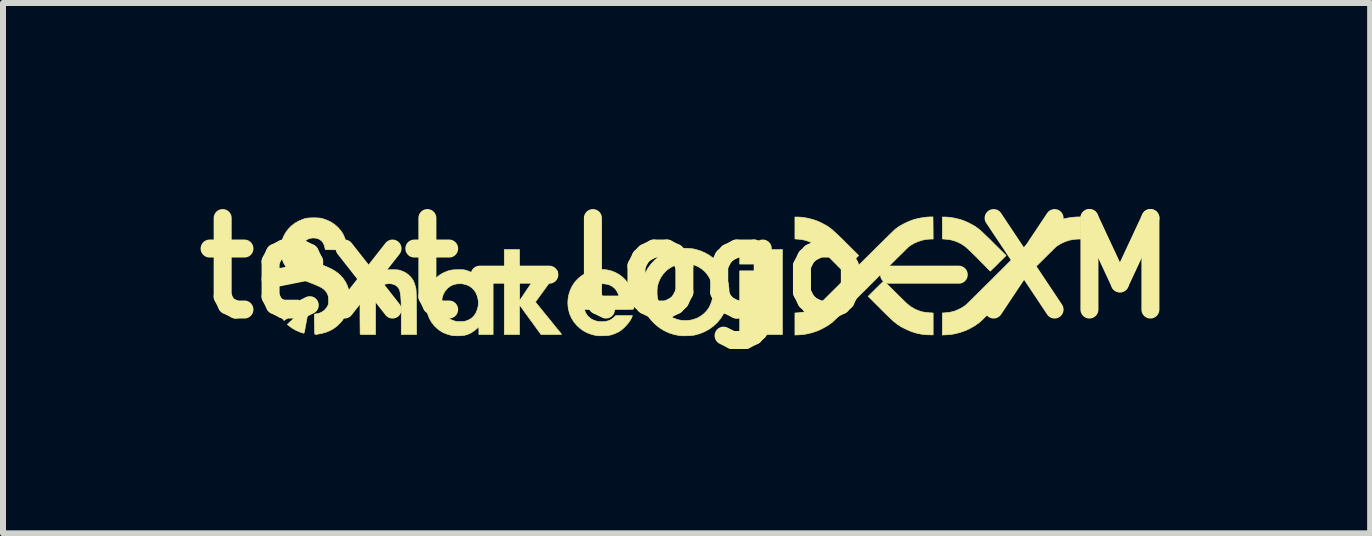
<source format=kicad_pcb>
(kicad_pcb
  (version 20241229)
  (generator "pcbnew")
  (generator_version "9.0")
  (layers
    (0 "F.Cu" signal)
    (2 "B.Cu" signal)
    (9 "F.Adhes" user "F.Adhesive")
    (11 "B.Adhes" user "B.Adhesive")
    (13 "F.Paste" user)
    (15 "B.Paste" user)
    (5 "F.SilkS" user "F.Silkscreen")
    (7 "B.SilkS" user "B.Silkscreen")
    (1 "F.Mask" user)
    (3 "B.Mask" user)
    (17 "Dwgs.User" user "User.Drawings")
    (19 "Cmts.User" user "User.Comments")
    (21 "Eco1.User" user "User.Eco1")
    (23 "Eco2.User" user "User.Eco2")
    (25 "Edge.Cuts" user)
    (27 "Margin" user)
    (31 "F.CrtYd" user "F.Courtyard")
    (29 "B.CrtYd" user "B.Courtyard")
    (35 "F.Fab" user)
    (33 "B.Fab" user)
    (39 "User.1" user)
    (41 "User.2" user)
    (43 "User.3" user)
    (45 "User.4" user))
  (footprint "text-logo-XM"
    (layer "F.Cu")
    (at 8.389 1.418)
    (property "Reference" "text-logo-XM" (at 0 0 0) (layer "F.SilkS") (effects (font (size 1.524 1.524) (thickness 0.3))))
    (attr through_hole)
    (fp_poly (pts (xy 1.14 1.106) (xy 0.886 1.106) (xy 0.886 0.045) (xy 1.14 0.045) (xy 1.14 1.106)) (stroke (width 0.01) (type solid)) (fill yes) (layer "F.SilkS"))
    (fp_poly (pts (xy 1.14 -0.068) (xy 0.886 -0.068) (xy 0.887 -0.188) (xy 0.889 -0.308) (xy 1.015 -0.309) (xy 1.14 -0.311) (xy 1.14 -0.068)) (stroke (width 0.01) (type solid)) (fill yes) (layer "F.SilkS"))
    (fp_poly (pts (xy 1.597 1.106) (xy 1.343 1.106) (xy 1.345 0.399) (xy 1.346 -0.308) (xy 1.472 -0.309) (xy 1.597 -0.311) (xy 1.597 1.106)) (stroke (width 0.01) (type solid)) (fill yes) (layer "F.SilkS"))
    (fp_poly (pts (xy -6.461 0.552) (xy -6.46 0.566) (xy -6.46 0.574) (xy -6.46 0.574) (xy -6.466 0.576) (xy -6.479 0.579) (xy -6.489 0.581) (xy -6.51 0.585) (xy -6.535 0.591) (xy -6.553 0.595) (xy -6.606 0.606) (xy -6.648 0.615) (xy -6.682 0.623) (xy -6.71 0.629) (xy -6.731 0.634) (xy -6.749 0.638) (xy -6.76 0.641) (xy -6.784 0.646) (xy -6.8 0.648) (xy -6.809 0.648) (xy -6.813 0.643) (xy -6.815 0.639) (xy -6.819 0.623) (xy -6.823 0.601) (xy -6.827 0.578) (xy -6.829 0.557) (xy -6.83 0.546) (xy -6.83 0.531) (xy -6.464 0.531) (xy -6.461 0.552)) (stroke (width 0.01) (type solid)) (fill yes) (layer "F.SilkS"))
    (fp_poly (pts (xy -6.453 0.619) (xy -6.446 0.624) (xy -6.44 0.632) (xy -6.434 0.645) (xy -6.434 0.645) (xy -6.419 0.676) (xy -6.558 0.772) (xy -6.593 0.796) (xy -6.626 0.818) (xy -6.654 0.837) (xy -6.677 0.853) (xy -6.694 0.864) (xy -6.702 0.87) (xy -6.704 0.871) (xy -6.71 0.868) (xy -6.72 0.857) (xy -6.733 0.839) (xy -6.735 0.837) (xy -6.764 0.788) (xy -6.786 0.742) (xy -6.789 0.733) (xy -6.792 0.726) (xy -6.791 0.721) (xy -6.785 0.717) (xy -6.773 0.712) (xy -6.752 0.706) (xy -6.743 0.703) (xy -6.719 0.696) (xy -6.697 0.689) (xy -6.682 0.684) (xy -6.677 0.683) (xy -6.665 0.679) (xy -6.646 0.673) (xy -6.624 0.667) (xy -6.621 0.666) (xy -6.594 0.658) (xy -6.563 0.648) (xy -6.534 0.639) (xy -6.53 0.638) (xy -6.499 0.628) (xy -6.477 0.621) (xy -6.462 0.618) (xy -6.453 0.619)) (stroke (width 0.01) (type solid)) (fill yes) (layer "F.SilkS"))
    (fp_poly (pts (xy -6.372 0.722) (xy -6.354 0.734) (xy -6.336 0.743) (xy -6.33 0.745) (xy -6.317 0.75) (xy -6.312 0.757) (xy -6.313 0.77) (xy -6.313 0.772) (xy -6.317 0.792) (xy -6.322 0.82) (xy -6.327 0.852) (xy -6.334 0.886) (xy -6.34 0.919) (xy -6.342 0.929) (xy -6.346 0.952) (xy -6.352 0.982) (xy -6.357 1.013) (xy -6.359 1.026) (xy -6.365 1.053) (xy -6.369 1.071) (xy -6.374 1.081) (xy -6.378 1.083) (xy -6.387 1.082) (xy -6.404 1.077) (xy -6.425 1.07) (xy -6.432 1.068) (xy -6.506 1.037) (xy -6.574 0.998) (xy -6.632 0.954) (xy -6.652 0.938) (xy -6.638 0.924) (xy -6.623 0.91) (xy -6.603 0.891) (xy -6.578 0.869) (xy -6.551 0.844) (xy -6.523 0.818) (xy -6.496 0.793) (xy -6.47 0.769) (xy -6.447 0.749) (xy -6.428 0.732) (xy -6.416 0.721) (xy -6.411 0.717) (xy -6.396 0.705) (xy -6.372 0.722)) (stroke (width 0.01) (type solid)) (fill yes) (layer "F.SilkS"))
    (fp_poly (pts (xy 1.85 -0.852) (xy 1.877 -0.851) (xy 1.906 -0.849) (xy 1.928 -0.847) (xy 1.951 -0.843) (xy 1.973 -0.84) (xy 1.984 -0.838) (xy 1.999 -0.836) (xy 2.022 -0.831) (xy 2.05 -0.824) (xy 2.08 -0.817) (xy 2.108 -0.809) (xy 2.131 -0.802) (xy 2.155 -0.794) (xy 2.187 -0.781) (xy 2.222 -0.766) (xy 2.238 -0.758) (xy 2.253 -0.751) (xy 2.273 -0.74) (xy 2.295 -0.728) (xy 2.318 -0.716) (xy 2.337 -0.705) (xy 2.351 -0.697) (xy 2.357 -0.693) (xy 2.363 -0.688) (xy 2.377 -0.678) (xy 2.395 -0.665) (xy 2.41 -0.654) (xy 2.426 -0.641) (xy 2.449 -0.62) (xy 2.479 -0.593) (xy 2.515 -0.559) (xy 2.556 -0.52) (xy 2.602 -0.476) (xy 2.651 -0.427) (xy 2.664 -0.414) (xy 2.869 -0.21) (xy 2.738 -0.08) (xy 2.706 -0.048) (xy 2.677 -0.02) (xy 2.652 0.005) (xy 2.631 0.025) (xy 2.616 0.04) (xy 2.607 0.049) (xy 2.606 0.05) (xy 2.602 0.046) (xy 2.591 0.035) (xy 2.573 0.017) (xy 2.55 -0.006) (xy 2.522 -0.034) (xy 2.49 -0.067) (xy 2.455 -0.102) (xy 2.421 -0.136) (xy 2.371 -0.188) (xy 2.327 -0.231) (xy 2.289 -0.269) (xy 2.256 -0.3) (xy 2.227 -0.326) (xy 2.202 -0.348) (xy 2.18 -0.366) (xy 2.159 -0.381) (xy 2.138 -0.395) (xy 2.118 -0.406) (xy 2.105 -0.414) (xy 2.045 -0.442) (xy 1.986 -0.462) (xy 1.926 -0.476) (xy 1.859 -0.483) (xy 1.856 -0.483) (xy 1.806 -0.487) (xy 1.806 -0.852) (xy 1.85 -0.852)) (stroke (width 0.01) (type solid)) (fill yes) (layer "F.SilkS"))
    (fp_poly (pts (xy 4.305 -0.852) (xy 4.333 -0.851) (xy 4.361 -0.849) (xy 4.383 -0.847) (xy 4.406 -0.843) (xy 4.428 -0.84) (xy 4.439 -0.838) (xy 4.455 -0.836) (xy 4.478 -0.831) (xy 4.506 -0.824) (xy 4.535 -0.817) (xy 4.563 -0.809) (xy 4.586 -0.802) (xy 4.611 -0.794) (xy 4.642 -0.781) (xy 4.677 -0.766) (xy 4.693 -0.758) (xy 4.708 -0.751) (xy 4.728 -0.74) (xy 4.751 -0.728) (xy 4.773 -0.716) (xy 4.792 -0.705) (xy 4.807 -0.697) (xy 4.812 -0.693) (xy 4.819 -0.688) (xy 4.832 -0.678) (xy 4.851 -0.665) (xy 4.866 -0.654) (xy 4.882 -0.641) (xy 4.905 -0.62) (xy 4.935 -0.593) (xy 4.97 -0.559) (xy 5.011 -0.52) (xy 5.057 -0.476) (xy 5.106 -0.427) (xy 5.119 -0.414) (xy 5.325 -0.21) (xy 5.193 -0.08) (xy 5.162 -0.048) (xy 5.133 -0.02) (xy 5.107 0.005) (xy 5.087 0.025) (xy 5.072 0.04) (xy 5.063 0.049) (xy 5.061 0.05) (xy 5.057 0.046) (xy 5.046 0.035) (xy 5.028 0.017) (xy 5.005 -0.006) (xy 4.977 -0.034) (xy 4.946 -0.067) (xy 4.91 -0.102) (xy 4.877 -0.136) (xy 4.826 -0.188) (xy 4.782 -0.231) (xy 4.744 -0.269) (xy 4.711 -0.3) (xy 4.683 -0.326) (xy 4.657 -0.348) (xy 4.635 -0.366) (xy 4.614 -0.381) (xy 4.594 -0.395) (xy 4.574 -0.406) (xy 4.56 -0.414) (xy 4.5 -0.442) (xy 4.442 -0.462) (xy 4.381 -0.476) (xy 4.314 -0.483) (xy 4.311 -0.483) (xy 4.262 -0.487) (xy 4.262 -0.852) (xy 4.305 -0.852)) (stroke (width 0.01) (type solid)) (fill yes) (layer "F.SilkS"))
    (fp_poly (pts (xy 3.292 0.218) (xy 3.304 0.229) (xy 3.322 0.247) (xy 3.346 0.27) (xy 3.375 0.299) (xy 3.408 0.331) (xy 3.444 0.367) (xy 3.482 0.405) (xy 3.488 0.411) (xy 3.538 0.461) (xy 3.582 0.504) (xy 3.618 0.539) (xy 3.649 0.569) (xy 3.675 0.593) (xy 3.697 0.612) (xy 3.715 0.626) (xy 3.73 0.637) (xy 3.732 0.639) (xy 3.798 0.679) (xy 3.864 0.708) (xy 3.932 0.729) (xy 4.005 0.74) (xy 4.04 0.743) (xy 4.109 0.747) (xy 4.109 1.112) (xy 4.054 1.111) (xy 4.024 1.11) (xy 3.993 1.109) (xy 3.967 1.107) (xy 3.96 1.106) (xy 3.933 1.103) (xy 3.903 1.098) (xy 3.872 1.092) (xy 3.844 1.086) (xy 3.822 1.08) (xy 3.816 1.079) (xy 3.803 1.074) (xy 3.784 1.068) (xy 3.762 1.061) (xy 3.759 1.061) (xy 3.741 1.054) (xy 3.717 1.044) (xy 3.689 1.032) (xy 3.659 1.018) (xy 3.629 1.004) (xy 3.602 0.99) (xy 3.579 0.978) (xy 3.562 0.968) (xy 3.555 0.963) (xy 3.546 0.956) (xy 3.531 0.947) (xy 3.525 0.943) (xy 3.511 0.934) (xy 3.501 0.927) (xy 3.5 0.926) (xy 3.494 0.921) (xy 3.482 0.911) (xy 3.465 0.898) (xy 3.46 0.895) (xy 3.449 0.885) (xy 3.43 0.868) (xy 3.406 0.845) (xy 3.376 0.817) (xy 3.343 0.785) (xy 3.306 0.749) (xy 3.267 0.71) (xy 3.227 0.67) (xy 3.225 0.668) (xy 3.026 0.47) (xy 3.154 0.342) (xy 3.186 0.311) (xy 3.214 0.283) (xy 3.24 0.258) (xy 3.261 0.238) (xy 3.276 0.224) (xy 3.285 0.216) (xy 3.287 0.214) (xy 3.292 0.218)) (stroke (width 0.01) (type solid)) (fill yes) (layer "F.SilkS"))
    (fp_poly (pts (xy -2.78 0.538) (xy -2.725 0.457) (xy -2.708 0.43) (xy -2.685 0.397) (xy -2.659 0.358) (xy -2.631 0.317) (xy -2.602 0.274) (xy -2.574 0.233) (xy -2.571 0.229) (xy -2.546 0.192) (xy -2.522 0.157) (xy -2.501 0.126) (xy -2.483 0.099) (xy -2.47 0.079) (xy -2.462 0.066) (xy -2.46 0.064) (xy -2.449 0.045) (xy -2.296 0.045) (xy -2.247 0.045) (xy -2.207 0.046) (xy -2.177 0.047) (xy -2.156 0.048) (xy -2.147 0.05) (xy -2.146 0.051) (xy -2.15 0.057) (xy -2.159 0.07) (xy -2.173 0.09) (xy -2.192 0.116) (xy -2.213 0.145) (xy -2.229 0.168) (xy -2.281 0.239) (xy -2.329 0.304) (xy -2.371 0.362) (xy -2.408 0.412) (xy -2.439 0.455) (xy -2.465 0.491) (xy -2.485 0.518) (xy -2.498 0.537) (xy -2.505 0.546) (xy -2.518 0.564) (xy -2.437 0.664) (xy -2.407 0.701) (xy -2.374 0.742) (xy -2.339 0.785) (xy -2.306 0.825) (xy -2.28 0.857) (xy -2.237 0.91) (xy -2.201 0.955) (xy -2.171 0.992) (xy -2.146 1.023) (xy -2.126 1.047) (xy -2.111 1.066) (xy -2.099 1.08) (xy -2.092 1.09) (xy -2.086 1.097) (xy -2.084 1.101) (xy -2.083 1.103) (xy -2.083 1.103) (xy -2.088 1.104) (xy -2.104 1.105) (xy -2.127 1.105) (xy -2.158 1.106) (xy -2.195 1.106) (xy -2.237 1.106) (xy -2.254 1.106) (xy -2.424 1.106) (xy -2.493 1.012) (xy -2.517 0.978) (xy -2.546 0.938) (xy -2.576 0.896) (xy -2.609 0.852) (xy -2.641 0.808) (xy -2.672 0.765) (xy -2.701 0.726) (xy -2.726 0.691) (xy -2.746 0.663) (xy -2.756 0.65) (xy -2.783 0.614) (xy -2.783 1.106) (xy -3.037 1.106) (xy -3.037 -0.31) (xy -2.783 -0.31) (xy -2.78 0.538)) (stroke (width 0.01) (type solid)) (fill yes) (layer "F.SilkS"))
    (fp_poly (pts (xy -4.866 0.026) (xy -4.839 0.027) (xy -4.819 0.028) (xy -4.802 0.03) (xy -4.787 0.033) (xy -4.771 0.038) (xy -4.761 0.041) (xy -4.723 0.055) (xy -4.693 0.07) (xy -4.666 0.086) (xy -4.64 0.106) (xy -4.638 0.107) (xy -4.603 0.14) (xy -4.574 0.175) (xy -4.551 0.213) (xy -4.532 0.259) (xy -4.516 0.313) (xy -4.514 0.319) (xy -4.512 0.328) (xy -4.51 0.338) (xy -4.508 0.349) (xy -4.507 0.362) (xy -4.506 0.378) (xy -4.505 0.398) (xy -4.504 0.423) (xy -4.503 0.454) (xy -4.502 0.491) (xy -4.502 0.535) (xy -4.501 0.589) (xy -4.501 0.651) (xy -4.5 0.724) (xy -4.5 0.735) (xy -4.498 1.106) (xy -4.753 1.106) (xy -4.753 0.845) (xy -4.753 0.759) (xy -4.753 0.683) (xy -4.755 0.617) (xy -4.756 0.56) (xy -4.759 0.51) (xy -4.762 0.468) (xy -4.766 0.433) (xy -4.772 0.403) (xy -4.778 0.378) (xy -4.785 0.357) (xy -4.794 0.339) (xy -4.805 0.324) (xy -4.817 0.31) (xy -4.821 0.306) (xy -4.853 0.282) (xy -4.891 0.267) (xy -4.932 0.259) (xy -4.976 0.259) (xy -5.019 0.266) (xy -5.061 0.282) (xy -5.097 0.305) (xy -5.107 0.313) (xy -5.134 0.344) (xy -5.155 0.385) (xy -5.17 0.433) (xy -5.173 0.448) (xy -5.175 0.462) (xy -5.177 0.477) (xy -5.178 0.497) (xy -5.179 0.521) (xy -5.18 0.55) (xy -5.181 0.585) (xy -5.181 0.629) (xy -5.181 0.68) (xy -5.182 0.741) (xy -5.182 0.802) (xy -5.182 1.106) (xy -5.308 1.106) (xy -5.344 1.106) (xy -5.377 1.106) (xy -5.404 1.105) (xy -5.424 1.104) (xy -5.436 1.103) (xy -5.437 1.103) (xy -5.438 1.096) (xy -5.439 1.08) (xy -5.439 1.054) (xy -5.439 1.018) (xy -5.44 0.975) (xy -5.44 0.924) (xy -5.441 0.867) (xy -5.441 0.804) (xy -5.441 0.736) (xy -5.441 0.664) (xy -5.441 0.589) (xy -5.441 0.572) (xy -5.441 0.045) (xy -5.321 0.046) (xy -5.201 0.048) (xy -5.2 0.094) (xy -5.198 0.141) (xy -5.161 0.111) (xy -5.113 0.077) (xy -5.065 0.051) (xy -5.032 0.038) (xy -5.018 0.033) (xy -5.003 0.03) (xy -4.985 0.028) (xy -4.963 0.027) (xy -4.933 0.026) (xy -4.902 0.026) (xy -4.866 0.026)) (stroke (width 0.01) (type solid)) (fill yes) (layer "F.SilkS"))
    (fp_poly (pts (xy -3.767 0.026) (xy -3.739 0.026) (xy -3.717 0.027) (xy -3.699 0.03) (xy -3.683 0.033) (xy -3.667 0.037) (xy -3.663 0.039) (xy -3.609 0.059) (xy -3.562 0.087) (xy -3.517 0.123) (xy -3.504 0.136) (xy -3.46 0.179) (xy -3.46 0.045) (xy -3.223 0.045) (xy -3.223 1.106) (xy -3.46 1.106) (xy -3.46 1.037) (xy -3.461 1.007) (xy -3.461 0.988) (xy -3.463 0.978) (xy -3.465 0.977) (xy -3.466 0.978) (xy -3.476 0.99) (xy -3.493 1.006) (xy -3.514 1.024) (xy -3.538 1.043) (xy -3.563 1.06) (xy -3.585 1.075) (xy -3.596 1.081) (xy -3.632 1.098) (xy -3.666 1.11) (xy -3.702 1.119) (xy -3.742 1.124) (xy -3.787 1.126) (xy -3.819 1.127) (xy -3.849 1.126) (xy -3.875 1.125) (xy -3.894 1.124) (xy -3.895 1.124) (xy -3.931 1.116) (xy -3.972 1.105) (xy -4.014 1.09) (xy -4.053 1.074) (xy -4.081 1.059) (xy -4.144 1.015) (xy -4.199 0.964) (xy -4.245 0.906) (xy -4.283 0.842) (xy -4.311 0.771) (xy -4.33 0.696) (xy -4.34 0.615) (xy -4.34 0.585) (xy -4.081 0.585) (xy -4.076 0.647) (xy -4.062 0.703) (xy -4.039 0.753) (xy -4.007 0.797) (xy -3.966 0.833) (xy -3.917 0.861) (xy -3.864 0.881) (xy -3.832 0.887) (xy -3.793 0.891) (xy -3.752 0.891) (xy -3.713 0.888) (xy -3.686 0.883) (xy -3.635 0.865) (xy -3.589 0.839) (xy -3.549 0.803) (xy -3.518 0.761) (xy -3.508 0.743) (xy -3.484 0.684) (xy -3.471 0.626) (xy -3.468 0.568) (xy -3.473 0.522) (xy -3.488 0.462) (xy -3.511 0.408) (xy -3.543 0.362) (xy -3.581 0.324) (xy -3.627 0.294) (xy -3.678 0.273) (xy -3.734 0.261) (xy -3.776 0.259) (xy -3.835 0.263) (xy -3.887 0.276) (xy -3.933 0.298) (xy -3.976 0.33) (xy -3.988 0.341) (xy -4.025 0.386) (xy -4.053 0.436) (xy -4.071 0.492) (xy -4.08 0.555) (xy -4.081 0.585) (xy -4.34 0.585) (xy -4.341 0.579) (xy -4.336 0.498) (xy -4.321 0.421) (xy -4.297 0.348) (xy -4.265 0.281) (xy -4.224 0.219) (xy -4.175 0.166) (xy -4.174 0.164) (xy -4.139 0.134) (xy -4.107 0.11) (xy -4.072 0.089) (xy -4.04 0.073) (xy -4.002 0.057) (xy -3.968 0.044) (xy -3.937 0.036) (xy -3.903 0.03) (xy -3.865 0.027) (xy -3.82 0.026) (xy -3.804 0.026) (xy -3.767 0.026)) (stroke (width 0.01) (type solid)) (fill yes) (layer "F.SilkS"))
    (fp_poly (pts (xy 0.022 -0.329) (xy 0.069 -0.326) (xy 0.111 -0.321) (xy 0.133 -0.317) (xy 0.224 -0.291) (xy 0.308 -0.255) (xy 0.385 -0.211) (xy 0.456 -0.157) (xy 0.52 -0.094) (xy 0.577 -0.022) (xy 0.596 0.006) (xy 0.637 0.079) (xy 0.669 0.159) (xy 0.693 0.242) (xy 0.706 0.327) (xy 0.71 0.413) (xy 0.703 0.497) (xy 0.703 0.497) (xy 0.696 0.542) (xy 0.688 0.581) (xy 0.678 0.616) (xy 0.666 0.653) (xy 0.654 0.682) (xy 0.615 0.763) (xy 0.568 0.838) (xy 0.512 0.905) (xy 0.449 0.964) (xy 0.378 1.016) (xy 0.301 1.058) (xy 0.218 1.092) (xy 0.133 1.115) (xy 0.105 1.119) (xy 0.07 1.123) (xy 0.029 1.125) (xy -0.013 1.127) (xy -0.054 1.127) (xy -0.09 1.126) (xy -0.119 1.123) (xy -0.206 1.106) (xy -0.291 1.079) (xy -0.371 1.042) (xy -0.446 0.996) (xy -0.516 0.941) (xy -0.578 0.879) (xy -0.633 0.81) (xy -0.674 0.743) (xy -0.709 0.667) (xy -0.735 0.587) (xy -0.752 0.503) (xy -0.76 0.419) (xy -0.758 0.38) (xy -0.491 0.38) (xy -0.491 0.432) (xy -0.486 0.481) (xy -0.479 0.516) (xy -0.456 0.586) (xy -0.423 0.65) (xy -0.382 0.708) (xy -0.333 0.758) (xy -0.276 0.8) (xy -0.213 0.834) (xy -0.144 0.858) (xy -0.119 0.864) (xy -0.072 0.871) (xy -0.02 0.873) (xy 0.033 0.87) (xy 0.084 0.863) (xy 0.104 0.858) (xy 0.17 0.836) (xy 0.231 0.803) (xy 0.286 0.762) (xy 0.334 0.714) (xy 0.374 0.658) (xy 0.389 0.629) (xy 0.417 0.562) (xy 0.435 0.493) (xy 0.443 0.424) (xy 0.441 0.356) (xy 0.431 0.289) (xy 0.411 0.225) (xy 0.384 0.165) (xy 0.349 0.109) (xy 0.306 0.058) (xy 0.256 0.015) (xy 0.199 -0.022) (xy 0.136 -0.05) (xy 0.117 -0.056) (xy 0.052 -0.071) (xy -0.015 -0.077) (xy -0.071 -0.074) (xy -0.142 -0.061) (xy -0.206 -0.041) (xy -0.263 -0.013) (xy -0.315 0.023) (xy -0.343 0.047) (xy -0.392 0.101) (xy -0.432 0.16) (xy -0.462 0.226) (xy -0.48 0.283) (xy -0.488 0.329) (xy -0.491 0.38) (xy -0.758 0.38) (xy -0.757 0.337) (xy -0.757 0.335) (xy -0.742 0.242) (xy -0.717 0.154) (xy -0.683 0.072) (xy -0.64 -0.004) (xy -0.587 -0.074) (xy -0.526 -0.138) (xy -0.457 -0.194) (xy -0.379 -0.242) (xy -0.356 -0.254) (xy -0.313 -0.273) (xy -0.263 -0.291) (xy -0.21 -0.307) (xy -0.159 -0.32) (xy -0.158 -0.32) (xy -0.121 -0.325) (xy -0.076 -0.329) (xy -0.028 -0.33) (xy 0.022 -0.329)) (stroke (width 0.01) (type solid)) (fill yes) (layer "F.SilkS"))
    (fp_poly (pts (xy -1.361 0.025) (xy -1.332 0.028) (xy -1.258 0.044) (xy -1.188 0.071) (xy -1.123 0.107) (xy -1.064 0.152) (xy -1.011 0.205) (xy -0.966 0.265) (xy -0.929 0.333) (xy -0.917 0.362) (xy -0.9 0.411) (xy -0.888 0.459) (xy -0.881 0.51) (xy -0.878 0.567) (xy -0.878 0.584) (xy -0.878 0.615) (xy -0.879 0.642) (xy -0.88 0.663) (xy -0.881 0.676) (xy -0.882 0.679) (xy -0.883 0.681) (xy -0.886 0.682) (xy -0.891 0.684) (xy -0.899 0.685) (xy -0.91 0.686) (xy -0.926 0.687) (xy -0.948 0.687) (xy -0.976 0.688) (xy -1.01 0.688) (xy -1.052 0.688) (xy -1.102 0.688) (xy -1.162 0.689) (xy -1.231 0.689) (xy -1.293 0.689) (xy -1.7 0.689) (xy -1.696 0.704) (xy -1.685 0.736) (xy -1.666 0.769) (xy -1.642 0.8) (xy -1.634 0.808) (xy -1.594 0.842) (xy -1.549 0.866) (xy -1.498 0.883) (xy -1.44 0.891) (xy -1.407 0.892) (xy -1.352 0.888) (xy -1.304 0.877) (xy -1.261 0.858) (xy -1.222 0.83) (xy -1.204 0.814) (xy -1.18 0.79) (xy -0.902 0.79) (xy -0.906 0.803) (xy -0.922 0.841) (xy -0.947 0.882) (xy -0.979 0.925) (xy -1.017 0.968) (xy -1.034 0.985) (xy -1.082 1.028) (xy -1.132 1.061) (xy -1.186 1.087) (xy -1.246 1.109) (xy -1.262 1.113) (xy -1.286 1.118) (xy -1.318 1.122) (xy -1.356 1.125) (xy -1.395 1.126) (xy -1.434 1.127) (xy -1.468 1.126) (xy -1.495 1.124) (xy -1.496 1.124) (xy -1.573 1.107) (xy -1.646 1.081) (xy -1.714 1.046) (xy -1.776 1.002) (xy -1.831 0.951) (xy -1.879 0.893) (xy -1.918 0.829) (xy -1.948 0.76) (xy -1.952 0.746) (xy -1.971 0.67) (xy -1.978 0.593) (xy -1.975 0.516) (xy -1.965 0.463) (xy -1.71 0.463) (xy -1.128 0.463) (xy -1.132 0.45) (xy -1.141 0.425) (xy -1.155 0.396) (xy -1.171 0.369) (xy -1.188 0.346) (xy -1.198 0.335) (xy -1.236 0.305) (xy -1.276 0.283) (xy -1.32 0.269) (xy -1.371 0.261) (xy -1.417 0.259) (xy -1.448 0.259) (xy -1.472 0.261) (xy -1.493 0.264) (xy -1.513 0.269) (xy -1.527 0.273) (xy -1.579 0.295) (xy -1.622 0.325) (xy -1.658 0.362) (xy -1.687 0.408) (xy -1.701 0.439) (xy -1.71 0.463) (xy -1.965 0.463) (xy -1.961 0.441) (xy -1.938 0.368) (xy -1.905 0.298) (xy -1.862 0.234) (xy -1.835 0.202) (xy -1.791 0.16) (xy -1.739 0.12) (xy -1.681 0.086) (xy -1.621 0.057) (xy -1.569 0.04) (xy -1.536 0.032) (xy -1.494 0.027) (xy -1.449 0.024) (xy -1.403 0.023) (xy -1.361 0.025)) (stroke (width 0.01) (type solid)) (fill yes) (layer "F.SilkS"))
    (fp_poly (pts (xy 4.108 -0.67) (xy 4.109 -0.485) (xy 4.067 -0.485) (xy 3.997 -0.48) (xy 3.926 -0.466) (xy 3.856 -0.443) (xy 3.789 -0.413) (xy 3.728 -0.377) (xy 3.7 -0.356) (xy 3.694 -0.35) (xy 3.681 -0.337) (xy 3.66 -0.317) (xy 3.633 -0.29) (xy 3.6 -0.257) (xy 3.561 -0.219) (xy 3.516 -0.175) (xy 3.467 -0.126) (xy 3.414 -0.073) (xy 3.356 -0.016) (xy 3.295 0.045) (xy 3.231 0.108) (xy 3.165 0.174) (xy 3.096 0.243) (xy 3.082 0.257) (xy 2.998 0.341) (xy 2.921 0.417) (xy 2.852 0.486) (xy 2.79 0.548) (xy 2.734 0.604) (xy 2.684 0.653) (xy 2.639 0.697) (xy 2.6 0.736) (xy 2.566 0.769) (xy 2.537 0.798) (xy 2.511 0.823) (xy 2.489 0.844) (xy 2.471 0.862) (xy 2.455 0.876) (xy 2.442 0.888) (xy 2.432 0.898) (xy 2.423 0.906) (xy 2.415 0.912) (xy 2.408 0.917) (xy 2.402 0.921) (xy 2.397 0.925) (xy 2.383 0.934) (xy 2.373 0.941) (xy 2.371 0.943) (xy 2.362 0.95) (xy 2.345 0.961) (xy 2.322 0.974) (xy 2.295 0.989) (xy 2.267 1.004) (xy 2.24 1.018) (xy 2.215 1.03) (xy 2.195 1.039) (xy 2.19 1.041) (xy 2.127 1.063) (xy 2.07 1.08) (xy 2.018 1.093) (xy 1.967 1.102) (xy 1.914 1.108) (xy 1.884 1.11) (xy 1.806 1.114) (xy 1.806 0.747) (xy 1.867 0.743) (xy 1.943 0.733) (xy 2.014 0.714) (xy 2.084 0.685) (xy 2.131 0.66) (xy 2.155 0.645) (xy 2.18 0.628) (xy 2.2 0.613) (xy 2.204 0.61) (xy 2.211 0.603) (xy 2.226 0.589) (xy 2.248 0.568) (xy 2.276 0.54) (xy 2.311 0.506) (xy 2.351 0.466) (xy 2.396 0.421) (xy 2.447 0.371) (xy 2.501 0.317) (xy 2.559 0.259) (xy 2.621 0.198) (xy 2.686 0.133) (xy 2.753 0.066) (xy 2.822 -0.003) (xy 2.845 -0.025) (xy 2.915 -0.095) (xy 2.982 -0.162) (xy 3.048 -0.227) (xy 3.111 -0.289) (xy 3.17 -0.348) (xy 3.226 -0.403) (xy 3.278 -0.454) (xy 3.325 -0.501) (xy 3.367 -0.542) (xy 3.403 -0.577) (xy 3.433 -0.606) (xy 3.457 -0.629) (xy 3.474 -0.645) (xy 3.484 -0.654) (xy 3.485 -0.655) (xy 3.501 -0.666) (xy 3.512 -0.674) (xy 3.516 -0.677) (xy 3.524 -0.683) (xy 3.539 -0.693) (xy 3.56 -0.706) (xy 3.585 -0.72) (xy 3.611 -0.734) (xy 3.637 -0.747) (xy 3.66 -0.759) (xy 3.678 -0.767) (xy 3.678 -0.767) (xy 3.7 -0.776) (xy 3.719 -0.784) (xy 3.732 -0.79) (xy 3.734 -0.791) (xy 3.774 -0.805) (xy 3.822 -0.819) (xy 3.875 -0.831) (xy 3.932 -0.841) (xy 3.988 -0.849) (xy 4.041 -0.853) (xy 4.057 -0.853) (xy 4.106 -0.854) (xy 4.108 -0.67)) (stroke (width 0.01) (type solid)) (fill yes) (layer "F.SilkS"))
    (fp_poly (pts (xy 6.563 -0.853) (xy 6.565 -0.85) (xy 6.567 -0.842) (xy 6.568 -0.828) (xy 6.569 -0.806) (xy 6.57 -0.777) (xy 6.57 -0.738) (xy 6.57 -0.689) (xy 6.57 -0.669) (xy 6.57 -0.485) (xy 6.525 -0.485) (xy 6.454 -0.48) (xy 6.381 -0.466) (xy 6.31 -0.443) (xy 6.242 -0.412) (xy 6.181 -0.375) (xy 6.155 -0.356) (xy 6.149 -0.35) (xy 6.136 -0.337) (xy 6.115 -0.317) (xy 6.088 -0.29) (xy 6.055 -0.257) (xy 6.016 -0.219) (xy 5.972 -0.175) (xy 5.922 -0.126) (xy 5.869 -0.073) (xy 5.811 -0.016) (xy 5.75 0.045) (xy 5.687 0.108) (xy 5.62 0.174) (xy 5.551 0.243) (xy 5.537 0.257) (xy 5.453 0.341) (xy 5.377 0.417) (xy 5.307 0.486) (xy 5.245 0.548) (xy 5.189 0.604) (xy 5.139 0.653) (xy 5.095 0.697) (xy 5.056 0.736) (xy 5.022 0.769) (xy 4.992 0.798) (xy 4.966 0.823) (xy 4.945 0.844) (xy 4.926 0.862) (xy 4.911 0.876) (xy 4.898 0.888) (xy 4.887 0.898) (xy 4.878 0.906) (xy 4.87 0.912) (xy 4.864 0.917) (xy 4.858 0.921) (xy 4.852 0.925) (xy 4.838 0.934) (xy 4.828 0.941) (xy 4.826 0.943) (xy 4.817 0.95) (xy 4.8 0.961) (xy 4.777 0.974) (xy 4.751 0.989) (xy 4.723 1.004) (xy 4.695 1.018) (xy 4.67 1.03) (xy 4.65 1.039) (xy 4.645 1.041) (xy 4.582 1.063) (xy 4.525 1.08) (xy 4.473 1.093) (xy 4.422 1.102) (xy 4.37 1.108) (xy 4.339 1.11) (xy 4.262 1.114) (xy 4.262 0.747) (xy 4.322 0.743) (xy 4.398 0.733) (xy 4.47 0.714) (xy 4.539 0.685) (xy 4.586 0.66) (xy 4.611 0.645) (xy 4.635 0.628) (xy 4.655 0.613) (xy 4.659 0.61) (xy 4.667 0.603) (xy 4.681 0.589) (xy 4.703 0.568) (xy 4.731 0.54) (xy 4.766 0.506) (xy 4.806 0.466) (xy 4.852 0.421) (xy 4.902 0.371) (xy 4.956 0.317) (xy 5.015 0.259) (xy 5.077 0.198) (xy 5.141 0.133) (xy 5.209 0.066) (xy 5.278 -0.003) (xy 5.3 -0.025) (xy 5.37 -0.095) (xy 5.438 -0.162) (xy 5.503 -0.227) (xy 5.566 -0.289) (xy 5.626 -0.348) (xy 5.681 -0.403) (xy 5.733 -0.454) (xy 5.78 -0.501) (xy 5.822 -0.542) (xy 5.858 -0.577) (xy 5.889 -0.606) (xy 5.913 -0.629) (xy 5.93 -0.645) (xy 5.939 -0.654) (xy 5.941 -0.655) (xy 5.956 -0.666) (xy 5.968 -0.674) (xy 5.972 -0.677) (xy 5.979 -0.683) (xy 5.994 -0.693) (xy 6.016 -0.706) (xy 6.04 -0.72) (xy 6.067 -0.734) (xy 6.092 -0.747) (xy 6.115 -0.759) (xy 6.133 -0.767) (xy 6.133 -0.767) (xy 6.155 -0.776) (xy 6.174 -0.784) (xy 6.187 -0.79) (xy 6.189 -0.791) (xy 6.23 -0.806) (xy 6.28 -0.82) (xy 6.335 -0.832) (xy 6.392 -0.842) (xy 6.449 -0.849) (xy 6.503 -0.853) (xy 6.551 -0.853) (xy 6.563 -0.853)) (stroke (width 0.01) (type solid)) (fill yes) (layer "F.SilkS"))
    (fp_poly (pts (xy -6.17 -0.838) (xy -6.131 -0.836) (xy -6.098 -0.833) (xy -6.073 -0.828) (xy -5.994 -0.801) (xy -5.924 -0.768) (xy -5.861 -0.726) (xy -5.806 -0.677) (xy -5.757 -0.619) (xy -5.745 -0.603) (xy -5.717 -0.554) (xy -5.694 -0.501) (xy -5.676 -0.441) (xy -5.663 -0.374) (xy -5.658 -0.337) (xy -5.654 -0.305) (xy -5.837 -0.306) (xy -6.019 -0.308) (xy -6.026 -0.343) (xy -6.038 -0.385) (xy -6.054 -0.42) (xy -6.076 -0.449) (xy -6.081 -0.453) (xy -6.112 -0.478) (xy -6.15 -0.494) (xy -6.191 -0.502) (xy -6.233 -0.503) (xy -6.275 -0.496) (xy -6.313 -0.482) (xy -6.347 -0.46) (xy -6.363 -0.444) (xy -6.371 -0.432) (xy -6.382 -0.415) (xy -6.388 -0.404) (xy -6.395 -0.389) (xy -6.4 -0.376) (xy -6.402 -0.361) (xy -6.403 -0.34) (xy -6.404 -0.319) (xy -6.403 -0.292) (xy -6.402 -0.272) (xy -6.399 -0.258) (xy -6.394 -0.244) (xy -6.389 -0.234) (xy -6.37 -0.207) (xy -6.345 -0.179) (xy -6.316 -0.155) (xy -6.293 -0.141) (xy -6.277 -0.134) (xy -6.255 -0.124) (xy -6.228 -0.113) (xy -6.209 -0.106) (xy -6.182 -0.095) (xy -6.156 -0.086) (xy -6.135 -0.077) (xy -6.124 -0.073) (xy -6.108 -0.067) (xy -6.085 -0.058) (xy -6.059 -0.048) (xy -6.038 -0.04) (xy -5.966 -0.01) (xy -5.905 0.02) (xy -5.851 0.052) (xy -5.805 0.086) (xy -5.769 0.118) (xy -5.718 0.175) (xy -5.677 0.238) (xy -5.646 0.306) (xy -5.625 0.38) (xy -5.615 0.44) (xy -5.612 0.519) (xy -5.619 0.597) (xy -5.636 0.674) (xy -5.663 0.748) (xy -5.699 0.817) (xy -5.743 0.881) (xy -5.769 0.911) (xy -5.82 0.961) (xy -5.874 1.002) (xy -5.931 1.036) (xy -5.994 1.063) (xy -6.063 1.084) (xy -6.14 1.099) (xy -6.168 1.103) (xy -6.183 1.105) (xy -6.191 1.102) (xy -6.194 1.096) (xy -6.194 1.094) (xy -6.195 1.085) (xy -6.196 1.066) (xy -6.197 1.04) (xy -6.198 1.006) (xy -6.199 0.968) (xy -6.2 0.927) (xy -6.2 0.924) (xy -6.201 0.877) (xy -6.202 0.839) (xy -6.202 0.811) (xy -6.201 0.79) (xy -6.2 0.777) (xy -6.199 0.769) (xy -6.197 0.766) (xy -6.196 0.765) (xy -6.187 0.764) (xy -6.171 0.761) (xy -6.152 0.758) (xy -6.104 0.745) (xy -6.061 0.722) (xy -6.023 0.691) (xy -5.992 0.652) (xy -5.979 0.628) (xy -5.972 0.612) (xy -5.967 0.597) (xy -5.965 0.581) (xy -5.964 0.56) (xy -5.964 0.536) (xy -5.966 0.494) (xy -5.972 0.458) (xy -5.984 0.427) (xy -6.002 0.397) (xy -6.01 0.387) (xy -6.023 0.371) (xy -6.038 0.356) (xy -6.057 0.342) (xy -6.079 0.327) (xy -6.106 0.312) (xy -6.14 0.296) (xy -6.18 0.278) (xy -6.229 0.258) (xy -6.287 0.236) (xy -6.327 0.22) (xy -6.39 0.195) (xy -6.444 0.171) (xy -6.49 0.147) (xy -6.531 0.122) (xy -6.568 0.094) (xy -6.602 0.064) (xy -6.621 0.045) (xy -6.669 -0.012) (xy -6.707 -0.074) (xy -6.736 -0.142) (xy -6.754 -0.214) (xy -6.762 -0.289) (xy -6.762 -0.308) (xy -6.756 -0.384) (xy -6.741 -0.458) (xy -6.715 -0.527) (xy -6.68 -0.591) (xy -6.636 -0.65) (xy -6.585 -0.703) (xy -6.525 -0.749) (xy -6.458 -0.787) (xy -6.385 -0.817) (xy -6.35 -0.828) (xy -6.325 -0.833) (xy -6.292 -0.836) (xy -6.253 -0.838) (xy -6.211 -0.839) (xy -6.17 -0.838)) (stroke (width 0.01) (type solid)) (fill yes) (layer "F.SilkS")))
  (gr_rect
    (start -3 -3)
    (end 19.779 5.836)
    (stroke (width 0.1) (type default))
    (fill no)
    (layer "Edge.Cuts")))
</source>
